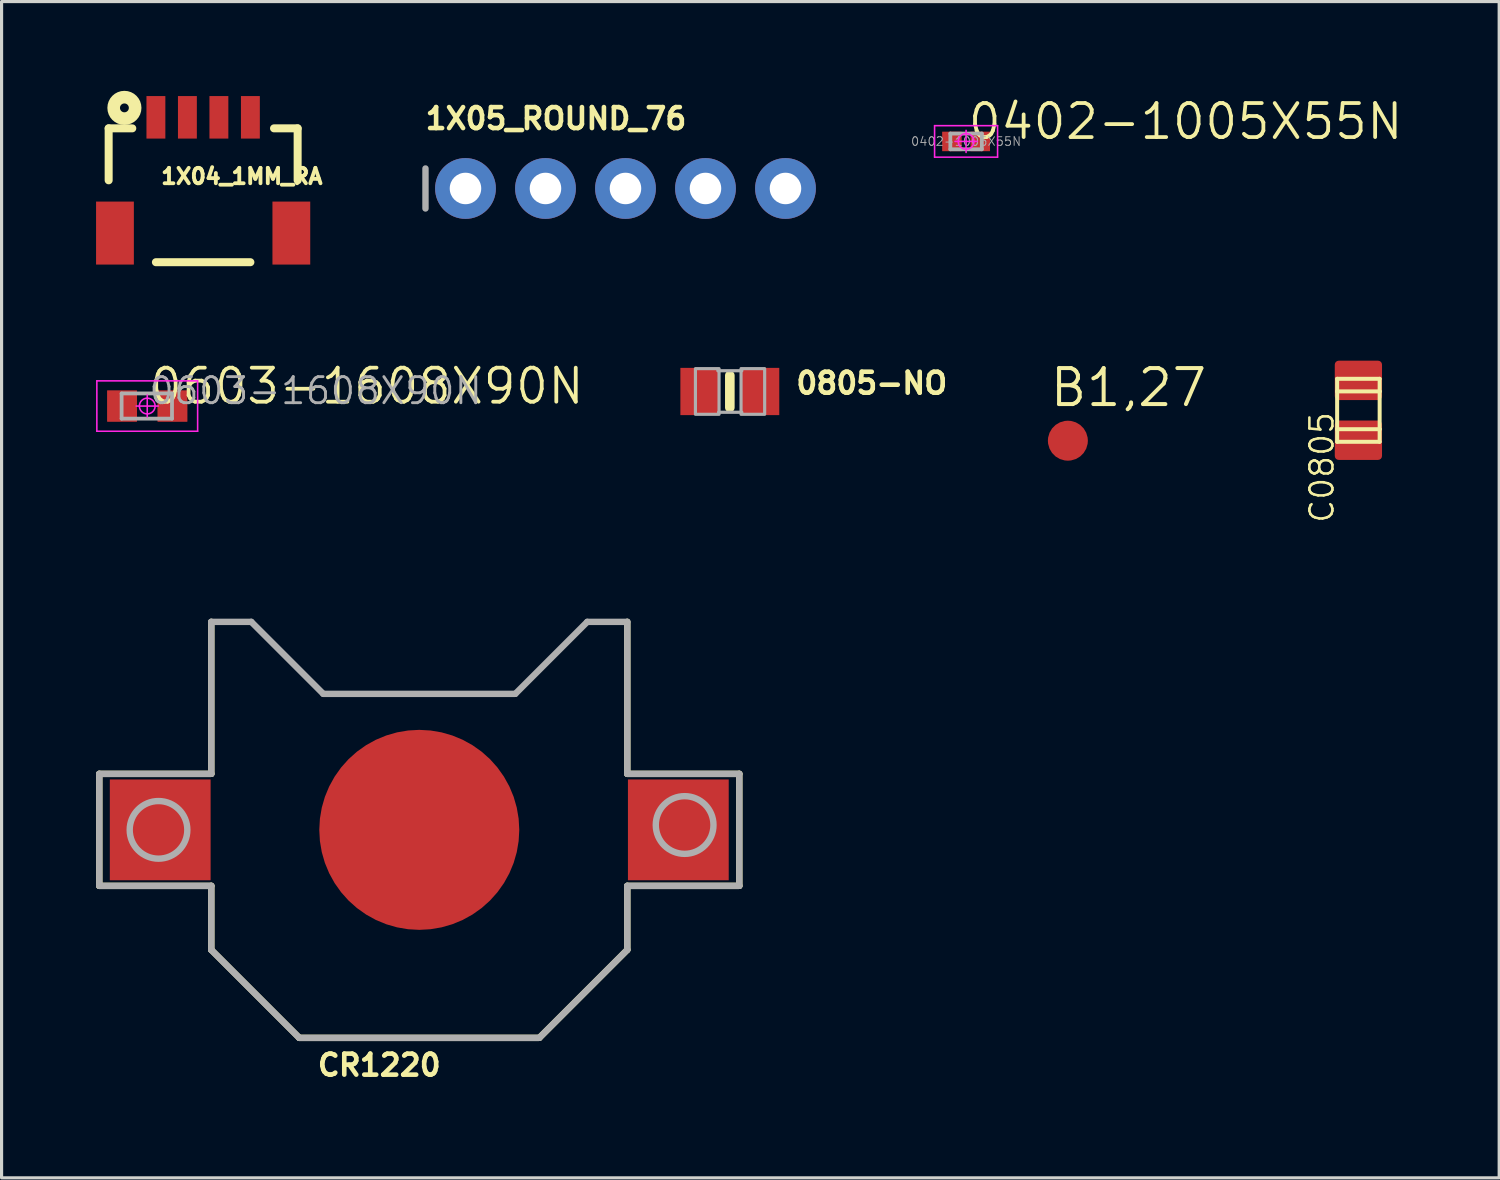
<source format=kicad_pcb>
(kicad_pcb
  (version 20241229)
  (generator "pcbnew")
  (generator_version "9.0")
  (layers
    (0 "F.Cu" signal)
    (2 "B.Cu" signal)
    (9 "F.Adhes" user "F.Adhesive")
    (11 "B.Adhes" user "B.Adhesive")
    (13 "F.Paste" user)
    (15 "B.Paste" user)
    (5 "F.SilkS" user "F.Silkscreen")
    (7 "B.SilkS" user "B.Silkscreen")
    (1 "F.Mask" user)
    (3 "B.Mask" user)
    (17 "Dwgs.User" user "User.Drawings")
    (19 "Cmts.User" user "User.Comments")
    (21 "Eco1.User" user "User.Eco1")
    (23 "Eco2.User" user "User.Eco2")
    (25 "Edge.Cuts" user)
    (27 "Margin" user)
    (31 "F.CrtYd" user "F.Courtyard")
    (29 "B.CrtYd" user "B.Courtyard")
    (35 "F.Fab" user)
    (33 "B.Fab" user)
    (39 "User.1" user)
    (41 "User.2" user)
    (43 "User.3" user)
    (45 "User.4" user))
  (footprint "CR1220"
    (layer "F.Cu")
    (at 10.262 23.298)
    (property "Reference" "CR1220" (at -3.302 7.86 0) (unlocked yes) (layer "F.SilkS") (effects (font (size 0.666 0.666) (thickness 0.146)) (justify left bottom)))
    (fp_circle (center 0 0) (end 3.141 0) (stroke (width 6.282) (type solid)) (fill yes) (layer "F.Mask"))
    (fp_line (start -10.16 -1.778) (end -10.16 1.778) (stroke (width 0.203) (type solid)) (layer "F.SilkS"))
    (fp_line (start -10.16 1.778) (end -6.604 1.778) (stroke (width 0.203) (type solid)) (layer "F.SilkS"))
    (fp_line (start -6.604 -6.604) (end -6.604 -1.778) (stroke (width 0.203) (type solid)) (layer "F.SilkS"))
    (fp_line (start -6.604 -1.778) (end -10.16 -1.778) (stroke (width 0.203) (type solid)) (layer "F.SilkS"))
    (fp_line (start -6.604 1.778) (end -6.604 3.81) (stroke (width 0.203) (type solid)) (layer "F.SilkS"))
    (fp_line (start -6.604 3.81) (end -3.81 6.604) (stroke (width 0.203) (type solid)) (layer "F.SilkS"))
    (fp_line (start -3.81 6.604) (end 3.81 6.604) (stroke (width 0.203) (type solid)) (layer "F.SilkS"))
    (fp_line (start 3.81 6.604) (end 6.604 3.81) (stroke (width 0.203) (type solid)) (layer "F.SilkS"))
    (fp_line (start 6.604 -1.778) (end 6.604 -6.604) (stroke (width 0.203) (type solid)) (layer "F.SilkS"))
    (fp_line (start 6.604 1.778) (end 10.16 1.778) (stroke (width 0.203) (type solid)) (layer "F.SilkS"))
    (fp_line (start 6.604 3.81) (end 6.604 1.778) (stroke (width 0.203) (type solid)) (layer "F.SilkS"))
    (fp_line (start 10.16 -1.778) (end 6.604 -1.778) (stroke (width 0.203) (type solid)) (layer "F.SilkS"))
    (fp_line (start 10.16 1.778) (end 10.16 -1.778) (stroke (width 0.203) (type solid)) (layer "F.SilkS"))
    (fp_line (start -10.16 -1.778) (end -10.16 1.778) (stroke (width 0.203) (type solid)) (layer "F.Fab"))
    (fp_line (start -10.16 1.778) (end -6.604 1.778) (stroke (width 0.203) (type solid)) (layer "F.Fab"))
    (fp_line (start -6.604 -6.604) (end -6.604 -1.778) (stroke (width 0.203) (type solid)) (layer "F.Fab"))
    (fp_line (start -6.604 -1.778) (end -10.16 -1.778) (stroke (width 0.203) (type solid)) (layer "F.Fab"))
    (fp_line (start -6.604 1.778) (end -6.604 3.81) (stroke (width 0.203) (type solid)) (layer "F.Fab"))
    (fp_line (start -6.604 3.81) (end -3.81 6.604) (stroke (width 0.203) (type solid)) (layer "F.Fab"))
    (fp_line (start -5.334 -6.604) (end -6.604 -6.604) (stroke (width 0.203) (type solid)) (layer "F.Fab"))
    (fp_line (start -3.81 6.604) (end 3.81 6.604) (stroke (width 0.203) (type solid)) (layer "F.Fab"))
    (fp_line (start -3.048 -4.318) (end -5.334 -6.604) (stroke (width 0.203) (type solid)) (layer "F.Fab"))
    (fp_line (start 3.048 -4.318) (end -3.048 -4.318) (stroke (width 0.203) (type solid)) (layer "F.Fab"))
    (fp_line (start 3.81 6.604) (end 6.604 3.81) (stroke (width 0.203) (type solid)) (layer "F.Fab"))
    (fp_line (start 5.334 -6.604) (end 3.048 -4.318) (stroke (width 0.203) (type solid)) (layer "F.Fab"))
    (fp_line (start 6.604 -6.604) (end 5.334 -6.604) (stroke (width 0.203) (type solid)) (layer "F.Fab"))
    (fp_line (start 6.604 -1.778) (end 6.604 -6.604) (stroke (width 0.203) (type solid)) (layer "F.Fab"))
    (fp_line (start 6.604 1.778) (end 10.16 1.778) (stroke (width 0.203) (type solid)) (layer "F.Fab"))
    (fp_line (start 6.604 3.81) (end 6.604 1.778) (stroke (width 0.203) (type solid)) (layer "F.Fab"))
    (fp_line (start 10.16 -1.778) (end 6.604 -1.778) (stroke (width 0.203) (type solid)) (layer "F.Fab"))
    (fp_line (start 10.16 1.778) (end 10.16 -1.778) (stroke (width 0.203) (type solid)) (layer "F.Fab"))
    (fp_circle (center -8.279 0) (end -7.364 0) (stroke (width 0.203) (type solid)) (fill no) (layer "F.Fab"))
    (fp_circle (center 8.425 -0.154) (end 9.341 -0.154) (stroke (width 0.203) (type solid)) (fill no) (layer "F.Fab"))
    (pad "+$1" smd rect (at -8.225 0) (size 3.2 3.2) (layers "F.Cu" "F.Mask" "F.Paste"))
    (pad "+$2" smd rect (at 8.225 0) (size 3.2 3.2) (layers "F.Cu" "F.Mask" "F.Paste"))
    (pad "-" smd roundrect (at 0 0) (size 6.35 6.35) (layers "F.Cu" "F.Mask") (roundrect_rratio 0.5)))
  (footprint "0603-1608X90N"
    (layer "F.Cu")
    (at 1.625 9.842)
    (property "Reference" "0603-1608X90N" (at 0 0 0) (unlocked yes) (layer "F.SilkS") (effects (font (size 1.08 1.08) (thickness 0.12)) (justify left bottom)))
    (fp_line (start -1.6 -0.8) (end -1.6 0.8) (stroke (width 0.05) (type solid)) (layer "F.CrtYd"))
    (fp_line (start -1.6 0.8) (end 1.6 0.8) (stroke (width 0.05) (type solid)) (layer "F.CrtYd"))
    (fp_line (start -0.35 0) (end 0.35 0) (stroke (width 0.05) (type solid)) (layer "F.CrtYd"))
    (fp_line (start 0 0.35) (end 0 -0.35) (stroke (width 0.05) (type solid)) (layer "F.CrtYd"))
    (fp_line (start 1.6 -0.8) (end -1.6 -0.8) (stroke (width 0.05) (type solid)) (layer "F.CrtYd"))
    (fp_line (start 1.6 0.8) (end 1.6 -0.8) (stroke (width 0.05) (type solid)) (layer "F.CrtYd"))
    (fp_circle (center 0 0) (end 0.25 0) (stroke (width 0.05) (type solid)) (fill no) (layer "F.CrtYd"))
    (fp_line (start -0.814 -0.4) (end -0.814 0.4) (stroke (width 0.12) (type solid)) (layer "F.Fab"))
    (fp_line (start -0.814 0.4) (end 0.786 0.4) (stroke (width 0.12) (type solid)) (layer "F.Fab"))
    (fp_line (start 0.786 -0.4) (end -0.814 -0.4) (stroke (width 0.12) (type solid)) (layer "F.Fab"))
    (fp_line (start 0.786 0.4) (end 0.786 -0.4) (stroke (width 0.12) (type solid)) (layer "F.Fab"))
    (fp_text user "${REFERENCE}" (at 0 0 0) (unlocked yes) (layer "F.Fab") (effects (font (size 0.828 0.828) (thickness 0.092)) (justify left bottom)))
    (pad "1" smd roundrect (at -0.8 0) (size 0.95 1) (layers "F.Cu" "F.Mask" "F.Paste") (roundrect_rratio 0.015))
    (pad "2" smd roundrect (at 0.8 0) (size 0.95 1) (layers "F.Cu" "F.Mask" "F.Paste") (roundrect_rratio 0.015)))
  (footprint "0805-NO"
    (layer "F.Cu")
    (at 20.122 9.38)
    (property "Reference" "0805-NO" (at 2.032 0.127 0) (unlocked yes) (layer "F.SilkS") (effects (font (size 0.666 0.666) (thickness 0.146)) (justify left bottom)))
    (fp_line (start 0 -0.508) (end 0 0.508) (stroke (width 0.305) (type solid)) (layer "F.SilkS"))
    (fp_line (start -0.381 -0.66) (end 0.381 -0.66) (stroke (width 0.102) (type solid)) (layer "F.Fab"))
    (fp_line (start -0.356 0.66) (end 0.381 0.66) (stroke (width 0.102) (type solid)) (layer "F.Fab"))
    (fp_poly (pts (xy -1.092 0.724) (xy -0.342 0.724) (xy -0.342 -0.726) (xy -1.092 -0.726)) (stroke (width 0.1) (type default)) (fill no) (layer "F.Fab"))
    (fp_poly (pts (xy 0.356 0.724) (xy 1.106 0.724) (xy 1.106 -0.726) (xy 0.356 -0.726)) (stroke (width 0.1) (type default)) (fill no) (layer "F.Fab"))
    (pad "1" smd rect (at -0.95 0) (size 1.24 1.5) (layers "F.Cu" "F.Mask" "F.Paste"))
    (pad "2" smd rect (at 0.95 0) (size 1.24 1.5) (layers "F.Cu" "F.Mask" "F.Paste")))
  (footprint "1X04_1MM_RA"
    (layer "F.Cu")
    (at 3.4 0.675)
    (property "Reference" "1X04_1MM_RA" (at -1.397 2.159 0) (unlocked yes) (layer "F.SilkS") (effects (font (size 0.488 0.488) (thickness 0.122)) (justify left bottom)))
    (fp_line (start -3 0.35) (end -2.25 0.35) (stroke (width 0.254) (type solid)) (layer "F.SilkS"))
    (fp_line (start -3 2) (end -3 0.35) (stroke (width 0.254) (type solid)) (layer "F.SilkS"))
    (fp_line (start -1.5 4.6) (end 1.5 4.6) (stroke (width 0.254) (type solid)) (layer "F.SilkS"))
    (fp_line (start 2.25 0.35) (end 3 0.35) (stroke (width 0.254) (type solid)) (layer "F.SilkS"))
    (fp_line (start 3 0.35) (end 3 2) (stroke (width 0.254) (type solid)) (layer "F.SilkS"))
    (fp_circle (center -2.5 -0.3) (end -2.359 -0.3) (stroke (width 0.4) (type solid)) (fill no) (layer "F.SilkS"))
    (pad "1" smd rect (at -1.5 0) (size 0.6 1.35) (layers "F.Cu" "F.Mask" "F.Paste"))
    (pad "2" smd rect (at -0.5 0) (size 0.6 1.35) (layers "F.Cu" "F.Mask" "F.Paste"))
    (pad "3" smd rect (at 0.5 0) (size 0.6 1.35) (layers "F.Cu" "F.Mask" "F.Paste"))
    (pad "4" smd rect (at 1.5 0) (size 0.6 1.35) (layers "F.Cu" "F.Mask" "F.Paste"))
    (pad "NC1" smd rect (at -2.8 3.675) (size 1.2 2) (layers "F.Cu" "F.Mask" "F.Paste"))
    (pad "NC2" smd rect (at 2.8 3.675) (size 1.2 2) (layers "F.Cu" "F.Mask" "F.Paste")))
  (footprint "B1,27"
    (layer "F.Cu")
    (at 30.855 10.942)
    (property "Reference" "B1,27" (at -0.635 -1.016 0) (unlocked yes) (layer "F.SilkS") (effects (font (size 1.143 1.143) (thickness 0.127)) (justify left bottom)))
    (pad "PP" smd roundrect (at 0 0) (size 1.27 1.27) (layers "F.Cu" "F.Mask") (roundrect_rratio 0.5)))
  (footprint "1X05_ROUND_76"
    (layer "F.Cu")
    (at 16.809 2.934)
    (property "Reference" "1X05_ROUND_76" (at -6.426 -1.829 0) (unlocked yes) (layer "F.SilkS") (effects (font (size 0.666 0.666) (thickness 0.146)) (justify left bottom)))
    (fp_line (start -6.35 -0.635) (end -6.35 0.635) (stroke (width 0.203) (type solid)) (layer "F.Fab"))
    (fp_poly (pts (xy -5.334 0.254) (xy -4.826 0.254) (xy -4.826 -0.254) (xy -5.334 -0.254)) (stroke (width 0.1) (type default)) (fill no) (layer "F.Fab"))
    (fp_poly (pts (xy -2.794 0.254) (xy -2.286 0.254) (xy -2.286 -0.254) (xy -2.794 -0.254)) (stroke (width 0.1) (type default)) (fill no) (layer "F.Fab"))
    (fp_poly (pts (xy -0.254 0.254) (xy 0.254 0.254) (xy 0.254 -0.254) (xy -0.254 -0.254)) (stroke (width 0.1) (type default)) (fill no) (layer "F.Fab"))
    (fp_poly (pts (xy 2.286 0.254) (xy 2.794 0.254) (xy 2.794 -0.254) (xy 2.286 -0.254)) (stroke (width 0.1) (type default)) (fill no) (layer "F.Fab"))
    (fp_poly (pts (xy 4.826 0.254) (xy 5.334 0.254) (xy 5.334 -0.254) (xy 4.826 -0.254)) (stroke (width 0.1) (type default)) (fill no) (layer "F.Fab"))
    (pad "1" thru_hole circle (at -5.08 0 90) (size 1.93 1.93) (drill 1) (layers "*.Cu" "*.Mask"))
    (pad "2" thru_hole circle (at -2.54 0 90) (size 1.93 1.93) (drill 1) (layers "*.Cu" "*.Mask"))
    (pad "3" thru_hole circle (at 0 0 90) (size 1.93 1.93) (drill 1) (layers "*.Cu" "*.Mask"))
    (pad "4" thru_hole circle (at 2.54 0 90) (size 1.93 1.93) (drill 1) (layers "*.Cu" "*.Mask"))
    (pad "5" thru_hole circle (at 5.08 0 90) (size 1.93 1.93) (drill 1) (layers "*.Cu" "*.Mask")))
  (footprint "C0805"
    (layer "F.Cu")
    (at 40.079 9.977)
    (property "Reference" "C0805" (at -1.587 0 90) (unlocked yes) (layer "F.SilkS") (effects (font (size 0.732 0.732) (thickness 0.081)) (justify right top)))
    (fp_line (start -0.675 -1) (end -0.675 -0.6) (stroke (width 0.127) (type solid)) (layer "F.SilkS"))
    (fp_line (start -0.675 -0.6) (end -0.675 0.6) (stroke (width 0.127) (type solid)) (layer "F.SilkS"))
    (fp_line (start -0.675 0.6) (end -0.675 1) (stroke (width 0.127) (type solid)) (layer "F.SilkS"))
    (fp_line (start 0.675 -1) (end -0.675 -1) (stroke (width 0.127) (type solid)) (layer "F.SilkS"))
    (fp_line (start 0.675 -1) (end 0.675 -0.6) (stroke (width 0.127) (type solid)) (layer "F.SilkS"))
    (fp_line (start 0.675 -0.6) (end -0.675 -0.6) (stroke (width 0.127) (type solid)) (layer "F.SilkS"))
    (fp_line (start 0.675 -0.6) (end 0.675 0.6) (stroke (width 0.127) (type solid)) (layer "F.SilkS"))
    (fp_line (start 0.675 0.6) (end -0.675 0.6) (stroke (width 0.127) (type solid)) (layer "F.SilkS"))
    (fp_line (start 0.675 0.6) (end 0.675 1) (stroke (width 0.127) (type solid)) (layer "F.SilkS"))
    (fp_line (start 0.675 1) (end -0.675 1) (stroke (width 0.127) (type solid)) (layer "F.SilkS"))
    (pad "1" smd roundrect (at 0 -0.95) (size 1.5 1.25) (layers "F.Cu" "F.Mask" "F.Paste") (roundrect_rratio 0.1))
    (pad "2" smd roundrect (at 0 0.95) (size 1.5 1.25) (layers "F.Cu" "F.Mask" "F.Paste") (roundrect_rratio 0.1)))
  (footprint "0402-1005X55N"
    (layer "F.Cu")
    (at 27.623 1.44)
    (property "Reference" "0402-1005X55N" (at 0 0 0) (unlocked yes) (layer "F.SilkS") (effects (font (size 1.08 1.08) (thickness 0.12)) (justify left bottom)))
    (fp_line (start -1 -0.5) (end 1 -0.5) (stroke (width 0.05) (type solid)) (layer "F.CrtYd"))
    (fp_line (start -1 0.5) (end -1 -0.5) (stroke (width 0.05) (type solid)) (layer "F.CrtYd"))
    (fp_line (start -0.35 0) (end 0.35 0) (stroke (width 0.05) (type solid)) (layer "F.CrtYd"))
    (fp_line (start 0 0.35) (end 0 -0.35) (stroke (width 0.05) (type solid)) (layer "F.CrtYd"))
    (fp_line (start 1 -0.5) (end 1 0.5) (stroke (width 0.05) (type solid)) (layer "F.CrtYd"))
    (fp_line (start 1 0.5) (end -1 0.5) (stroke (width 0.05) (type solid)) (layer "F.CrtYd"))
    (fp_circle (center 0 0) (end 0.25 0) (stroke (width 0.05) (type solid)) (fill no) (layer "F.CrtYd"))
    (fp_line (start -0.5 -0.25) (end -0.5 0.25) (stroke (width 0.12) (type solid)) (layer "F.Fab"))
    (fp_line (start -0.5 0.25) (end 0.5 0.25) (stroke (width 0.12) (type solid)) (layer "F.Fab"))
    (fp_line (start 0.5 -0.25) (end -0.5 -0.25) (stroke (width 0.12) (type solid)) (layer "F.Fab"))
    (fp_line (start 0.5 0.25) (end 0.5 -0.25) (stroke (width 0.12) (type solid)) (layer "F.Fab"))
    (fp_text user "${REFERENCE}" (at 0 0 0) (unlocked yes) (layer "F.Fab") (effects (font (size 0.274 0.274) (thickness 0.03))))
    (pad "1" smd roundrect (at -0.45 0) (size 0.62 0.62) (layers "F.Cu" "F.Mask" "F.Paste") (roundrect_rratio 0.015))
    (pad "2" smd roundrect (at 0.45 0) (size 0.62 0.62) (layers "F.Cu" "F.Mask" "F.Paste") (roundrect_rratio 0.015)))
  (gr_rect
    (start -3 -3)
    (end 44.549 34.346)
    (stroke (width 0.1) (type default))
    (fill no)
    (layer "Edge.Cuts")))
</source>
